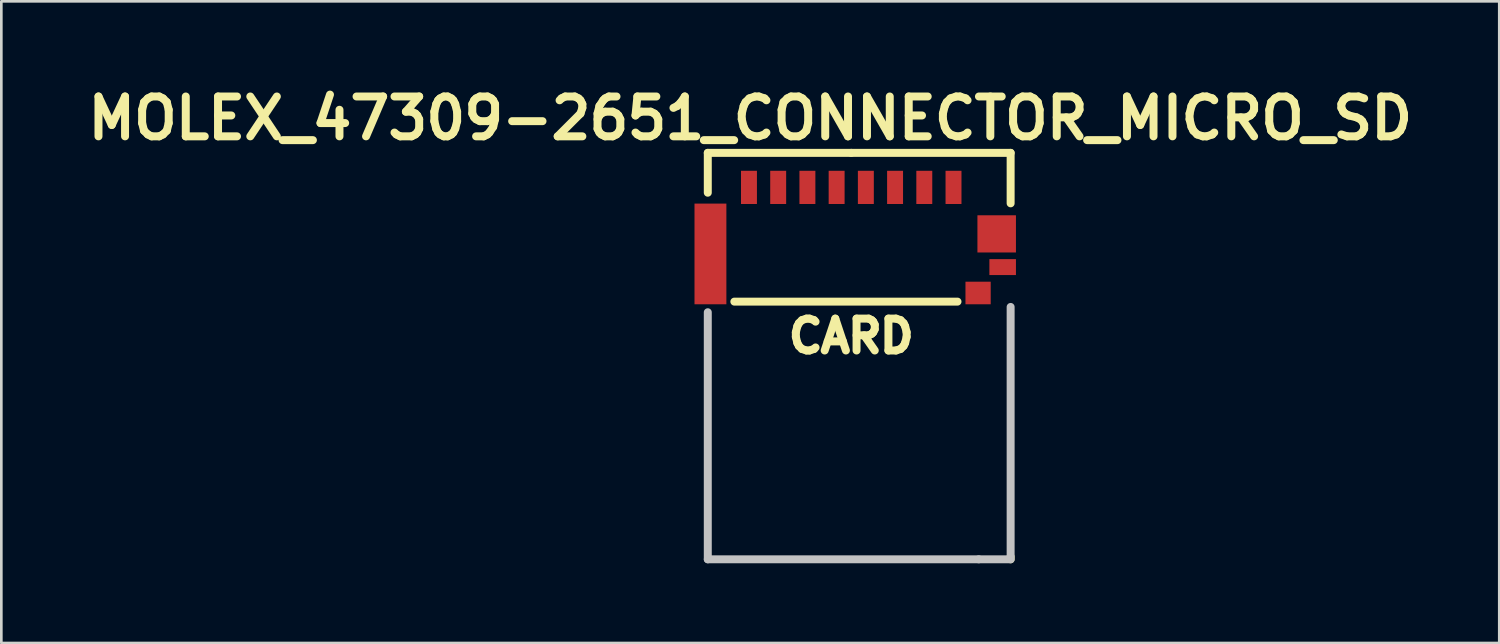
<source format=kicad_pcb>
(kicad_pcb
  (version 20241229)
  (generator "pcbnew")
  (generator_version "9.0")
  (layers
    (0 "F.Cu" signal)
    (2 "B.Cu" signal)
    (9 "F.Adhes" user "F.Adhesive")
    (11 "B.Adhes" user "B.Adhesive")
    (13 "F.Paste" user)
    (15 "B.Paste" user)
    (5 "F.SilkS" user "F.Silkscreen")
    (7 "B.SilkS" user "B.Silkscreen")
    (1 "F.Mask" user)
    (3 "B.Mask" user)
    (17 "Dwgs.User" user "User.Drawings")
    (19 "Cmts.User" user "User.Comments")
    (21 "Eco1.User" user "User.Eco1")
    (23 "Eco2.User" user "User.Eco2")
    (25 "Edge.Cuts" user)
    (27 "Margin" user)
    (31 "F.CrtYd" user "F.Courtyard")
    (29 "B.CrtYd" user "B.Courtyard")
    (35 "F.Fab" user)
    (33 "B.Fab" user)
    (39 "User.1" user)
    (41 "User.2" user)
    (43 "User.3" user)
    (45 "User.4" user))
  (footprint "MOLEX_47309-2651_CONNECTOR_MICRO_SD"
    (layer "F.Cu")
    (at 28.993 2.704)
    (property "Reference" "MOLEX_47309-2651_CONNECTOR_MICRO_SD" (at -3.8 -1.3 0) (layer "F.SilkS") (effects (font (size 1.5 1.5) (thickness 0.3))))
    (attr through_hole)
    (fp_line (start -5.4 0) (end -5.4 1.5) (stroke (width 0.3) (type solid)) (layer "F.SilkS"))
    (fp_line (start -4.4 5.6) (end 4 5.6) (stroke (width 0.3) (type solid)) (layer "F.SilkS"))
    (fp_line (start 0 0) (end -5.4 0) (stroke (width 0.3) (type solid)) (layer "F.SilkS"))
    (fp_line (start 0 0) (end 6 0) (stroke (width 0.3) (type solid)) (layer "F.SilkS"))
    (fp_line (start 6 0) (end 6 1.9) (stroke (width 0.3) (type solid)) (layer "F.SilkS"))
    (fp_line (start 6 15.2) (end 6 15.3) (stroke (width 0.3) (type solid)) (layer "F.SilkS"))
    (fp_line (start -5.4 6) (end -5.4 15.3) (stroke (width 0.3) (type solid)) (layer "Dwgs.User"))
    (fp_line (start -5.4 15.3) (end 4.8 15.3) (stroke (width 0.3) (type solid)) (layer "Dwgs.User"))
    (fp_line (start 6 5.8) (end 6 15.2) (stroke (width 0.3) (type solid)) (layer "Dwgs.User"))
    (fp_line (start 6 15.3) (end 4.8 15.3) (stroke (width 0.3) (type solid)) (layer "Dwgs.User"))
    (fp_text user "CARD" (at 0 6.9 0) (layer "F.SilkS") (effects (font (size 1.2 1.2) (thickness 0.3))))
    (pad "1" smd rect (at 3.85 1.3) (size 0.6 1.25) (layers "F.Cu" "F.Mask" "F.Paste"))
    (pad "2" smd rect (at 2.75 1.3) (size 0.6 1.25) (layers "F.Cu" "F.Mask" "F.Paste"))
    (pad "3" smd rect (at 1.65 1.3) (size 0.6 1.25) (layers "F.Cu" "F.Mask" "F.Paste"))
    (pad "4" smd rect (at 0.55 1.3) (size 0.6 1.25) (layers "F.Cu" "F.Mask" "F.Paste"))
    (pad "5" smd rect (at -0.55 1.3) (size 0.6 1.25) (layers "F.Cu" "F.Mask" "F.Paste"))
    (pad "6" smd rect (at -1.65 1.3) (size 0.6 1.25) (layers "F.Cu" "F.Mask" "F.Paste"))
    (pad "7" smd rect (at -2.75 1.3) (size 0.6 1.25) (layers "F.Cu" "F.Mask" "F.Paste"))
    (pad "8" smd rect (at -3.85 1.3) (size 0.6 1.25) (layers "F.Cu" "F.Mask" "F.Paste"))
    (pad "9" smd rect (at -5.3 3.805) (size 1.2 3.79) (layers "F.Cu" "F.Mask" "F.Paste"))
    (pad "10" smd rect (at 5.475 3.05) (size 1.45 1.4) (layers "F.Cu" "F.Mask" "F.Paste"))
    (pad "11" smd rect (at 5.7 4.3) (size 1 0.6) (layers "F.Cu" "F.Mask" "F.Paste"))
    (pad "12" smd rect (at 4.775 5.275) (size 0.95 0.85) (layers "F.Cu" "F.Mask" "F.Paste")))
  (gr_rect
    (start -3 -3)
    (end 53.386 21.154)
    (stroke (width 0.1) (type default))
    (fill no)
    (layer "Edge.Cuts")))
</source>
